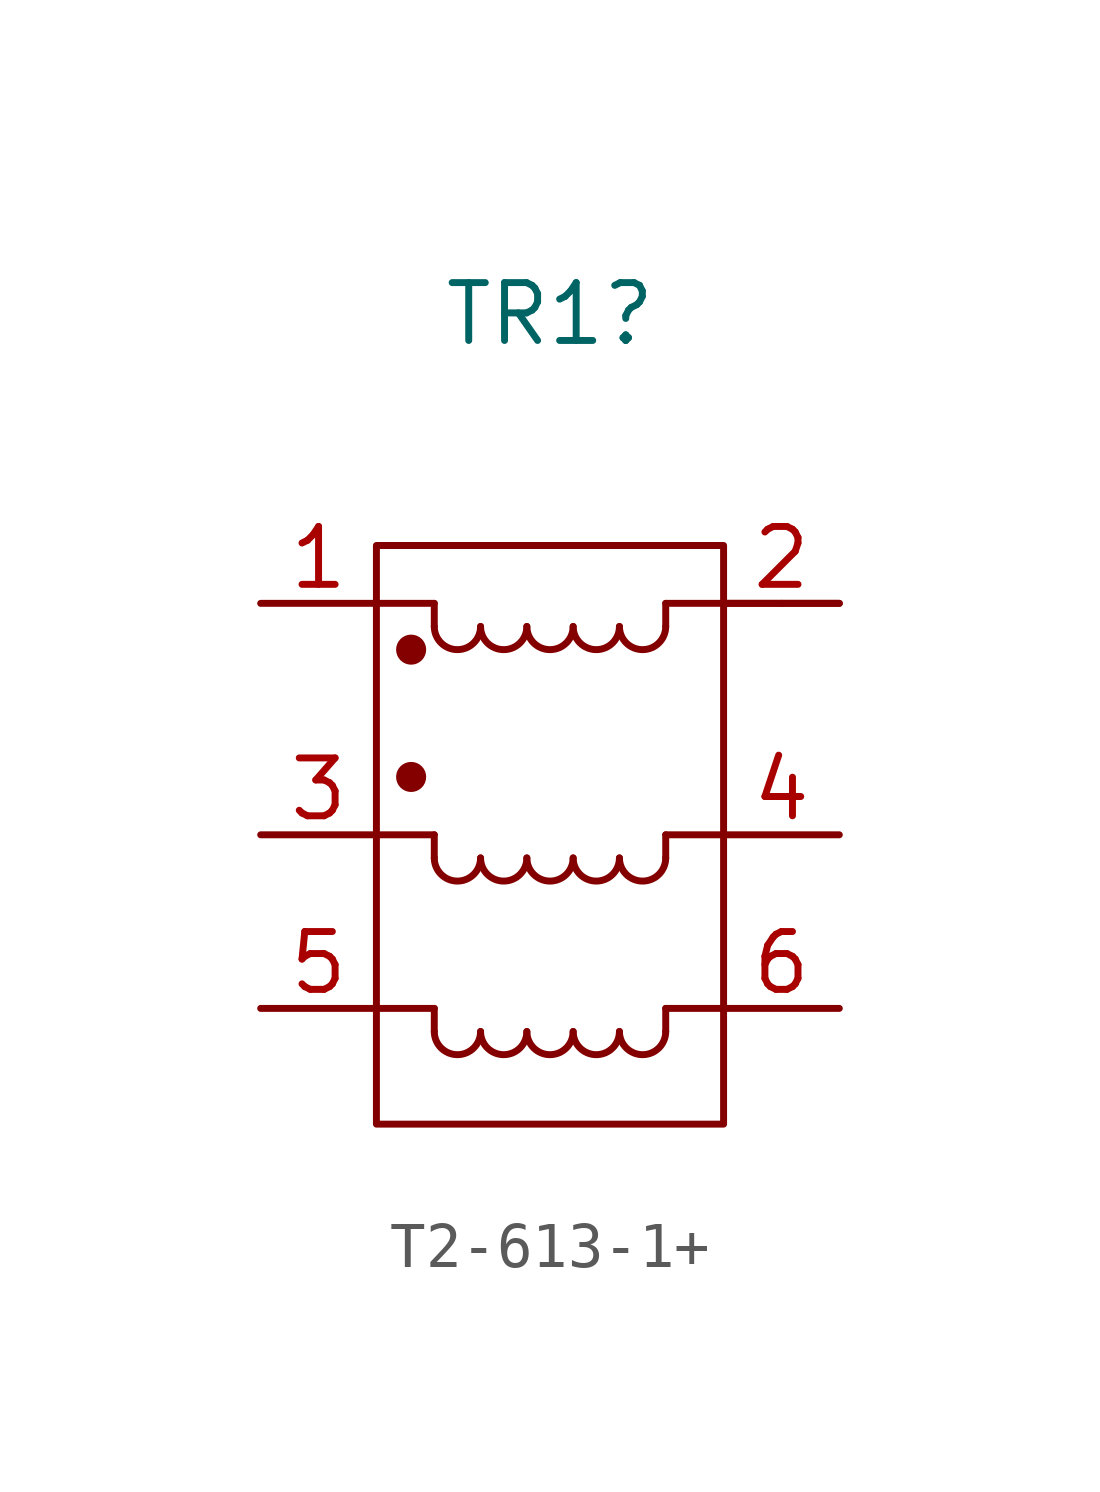
<source format=kicad_sym>
(kicad_symbol_lib
  (version 20220914)
  (generator kicad_symbol_editor)
  (symbol "T2-613-1+"
    (pin_names
      (offset 0.254) hide)
    (property "Reference" "TR1"
      (at 0 8.89 0)
      (effects (font (size 1.27 1.27))))
    (symbol "T2-613-1+_0_1"
      (rectangle (start -3.81 3.81) (end 3.81 -8.89) (stroke (width 0) (type default)) (fill (type none)))
      (circle (center -3.048 -1.27) (radius 0.254) (stroke (width 0) (type default)) (fill (type outline)))
      (circle (center -3.048 1.524) (radius 0.254) (stroke (width 0) (type default)) (fill (type outline)))
      (arc (start -2.54 -6.858) (mid -2.032 -7.3638) (end -1.524 -6.858) (stroke (width 0) (type default)) (fill (type none)))
      (arc (start -2.54 -3.048) (mid -2.032 -3.5538) (end -1.524 -3.048) (stroke (width 0) (type default)) (fill (type none)))
      (arc (start -2.54 2.032) (mid -2.032 1.5262) (end -1.524 2.032) (stroke (width 0) (type default)) (fill (type none)))
      (arc (start -1.524 -6.858) (mid -1.016 -7.3638) (end -0.508 -6.858) (stroke (width 0) (type default)) (fill (type none)))
      (arc (start -1.524 -3.048) (mid -1.016 -3.5538) (end -0.508 -3.048) (stroke (width 0) (type default)) (fill (type none)))
      (arc (start -1.524 2.032) (mid -1.016 1.5262) (end -0.508 2.032) (stroke (width 0) (type default)) (fill (type none)))
      (arc (start -0.508 -6.858) (mid 0 -7.3638) (end 0.508 -6.858) (stroke (width 0) (type default)) (fill (type none)))
      (arc (start -0.508 -3.048) (mid 0 -3.5538) (end 0.508 -3.048) (stroke (width 0) (type default)) (fill (type none)))
      (arc (start -0.508 2.032) (mid 0 1.5262) (end 0.508 2.032) (stroke (width 0) (type default)) (fill (type none)))
      (polyline (pts (xy -2.54 -6.858) (xy -2.54 -6.35)) (stroke (width 0) (type default)) (fill (type none)))
      (polyline (pts (xy -2.54 -6.35) (xy -3.81 -6.35)) (stroke (width 0) (type default)) (fill (type none)))
      (polyline (pts (xy -2.54 -3.048) (xy -2.54 -2.54)) (stroke (width 0) (type default)) (fill (type none)))
      (polyline (pts (xy -2.54 -2.54) (xy -3.81 -2.54)) (stroke (width 0) (type default)) (fill (type none)))
      (polyline (pts (xy -2.54 2.032) (xy -2.54 2.54)) (stroke (width 0) (type default)) (fill (type none)))
      (polyline (pts (xy -2.54 2.54) (xy -3.81 2.54)) (stroke (width 0) (type default)) (fill (type none)))
      (polyline (pts (xy 2.54 -6.858) (xy 2.54 -6.35)) (stroke (width 0) (type default)) (fill (type none)))
      (polyline (pts (xy 2.54 -6.35) (xy 3.81 -6.35)) (stroke (width 0) (type default)) (fill (type none)))
      (polyline (pts (xy 2.54 -3.048) (xy 2.54 -2.54)) (stroke (width 0) (type default)) (fill (type none)))
      (polyline (pts (xy 2.54 2.54) (xy 2.54 2.032)) (stroke (width 0) (type default)) (fill (type none)))
      (polyline (pts (xy 2.54 2.54) (xy 5.08 2.54)) (stroke (width 0) (type default)) (fill (type none)))
      (polyline (pts (xy 3.81 -2.54) (xy 2.54 -2.54)) (stroke (width 0) (type default)) (fill (type none)))
      (polyline (pts (xy 6.35 2.54) (xy 5.08 2.54)) (stroke (width 0) (type default)) (fill (type none)))
      (arc (start 0.508 -6.858) (mid 1.016 -7.3638) (end 1.524 -6.858) (stroke (width 0) (type default)) (fill (type none)))
      (arc (start 0.508 -3.048) (mid 1.016 -3.5538) (end 1.524 -3.048) (stroke (width 0) (type default)) (fill (type none)))
      (arc (start 0.508 2.032) (mid 1.016 1.5262) (end 1.524 2.032) (stroke (width 0) (type default)) (fill (type none)))
      (arc (start 1.524 -6.858) (mid 2.032 -7.3638) (end 2.54 -6.858) (stroke (width 0) (type default)) (fill (type none)))
      (arc (start 1.524 -3.048) (mid 2.032 -3.5538) (end 2.54 -3.048) (stroke (width 0) (type default)) (fill (type none)))
      (arc (start 1.524 2.032) (mid 2.032 1.5262) (end 2.54 2.032) (stroke (width 0) (type default)) (fill (type none))))
    (symbol "T2-613-1+_1_1"
      (pin passive line (at -6.35 2.54 0) (length 2.54) (name "1" (effects (font (size 1.27 1.27)))) (number "1" (effects (font (size 1.27 1.27)))))
      (pin passive line (at 6.35 2.54 180) (length 2.54) (name "2" (effects (font (size 1.27 1.27)))) (number "2" (effects (font (size 1.27 1.27)))))
      (pin passive line (at -6.35 -2.54 0) (length 2.54) (name "3" (effects (font (size 1.27 1.27)))) (number "3" (effects (font (size 1.27 1.27)))))
      (pin passive line (at 6.35 -2.54 180) (length 2.54) (name "4" (effects (font (size 1.27 1.27)))) (number "4" (effects (font (size 1.27 1.27)))))
      (pin passive line (at -6.35 -6.35 0) (length 2.54) (name "5" (effects (font (size 1.27 1.27)))) (number "5" (effects (font (size 1.27 1.27)))))
      (pin passive line (at 6.35 -6.35 180) (length 2.54) (name "6" (effects (font (size 1.27 1.27)))) (number "6" (effects (font (size 1.27 1.27))))))))
</source>
